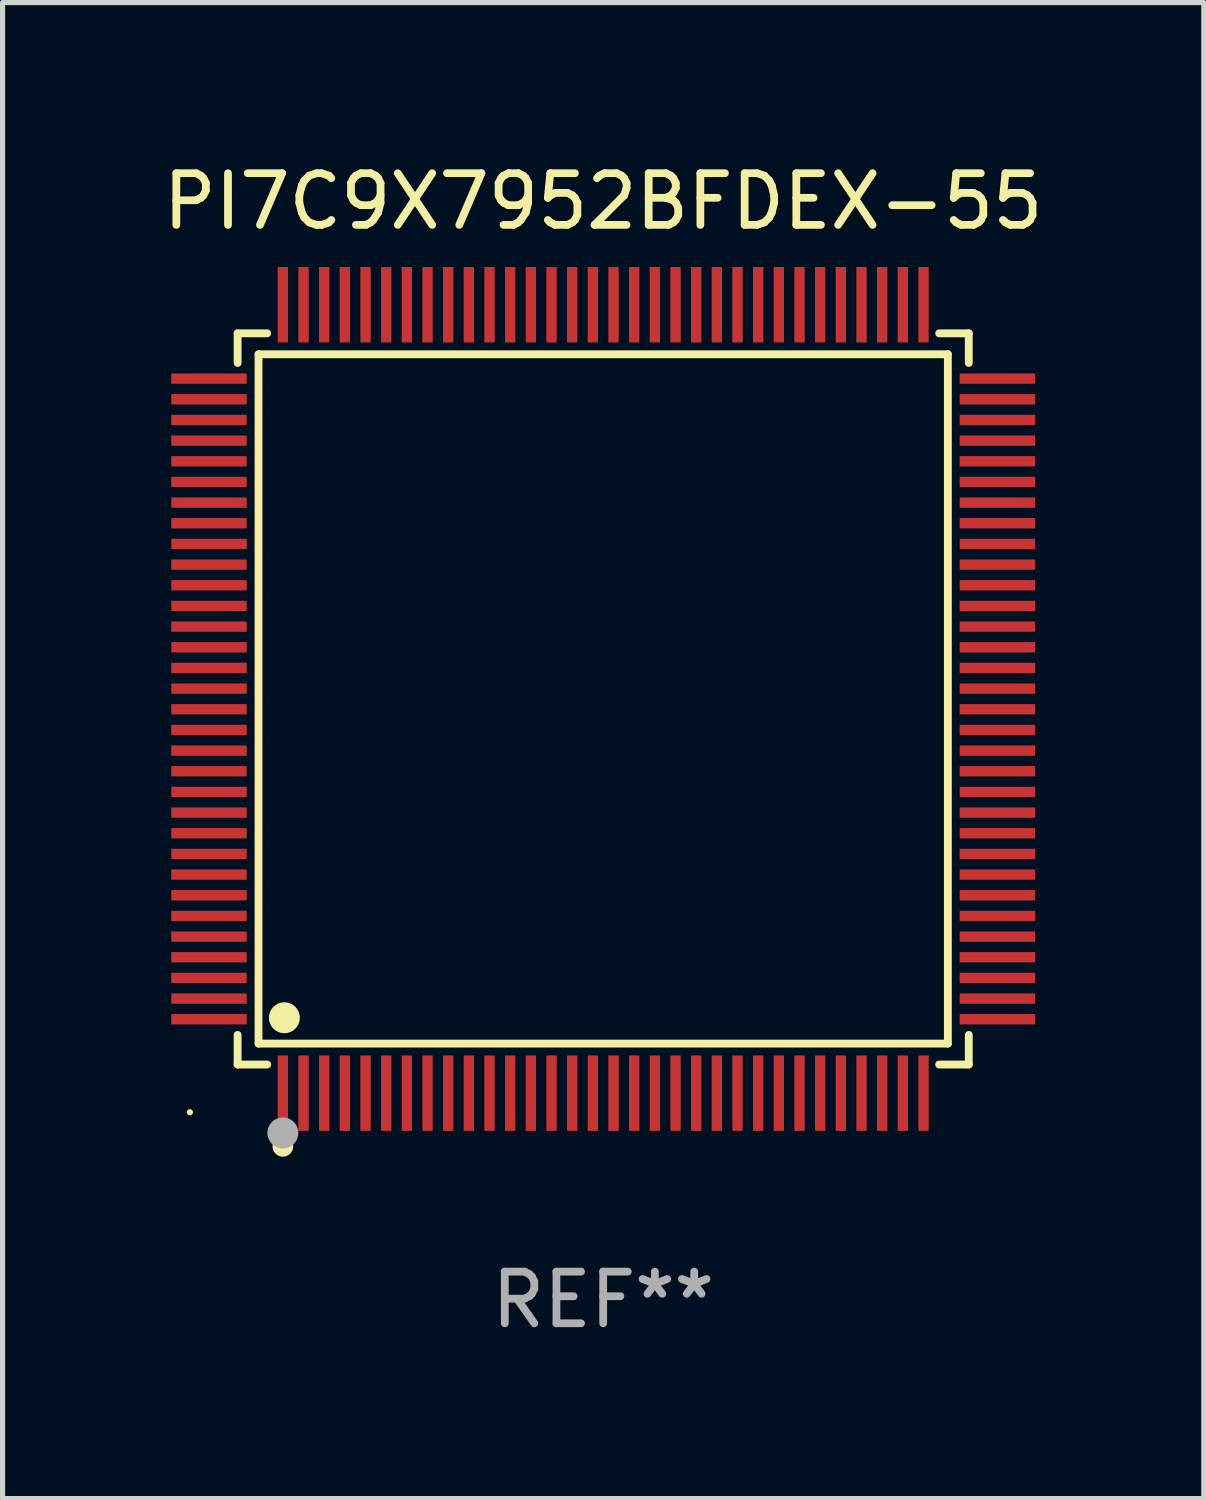
<source format=kicad_pcb>
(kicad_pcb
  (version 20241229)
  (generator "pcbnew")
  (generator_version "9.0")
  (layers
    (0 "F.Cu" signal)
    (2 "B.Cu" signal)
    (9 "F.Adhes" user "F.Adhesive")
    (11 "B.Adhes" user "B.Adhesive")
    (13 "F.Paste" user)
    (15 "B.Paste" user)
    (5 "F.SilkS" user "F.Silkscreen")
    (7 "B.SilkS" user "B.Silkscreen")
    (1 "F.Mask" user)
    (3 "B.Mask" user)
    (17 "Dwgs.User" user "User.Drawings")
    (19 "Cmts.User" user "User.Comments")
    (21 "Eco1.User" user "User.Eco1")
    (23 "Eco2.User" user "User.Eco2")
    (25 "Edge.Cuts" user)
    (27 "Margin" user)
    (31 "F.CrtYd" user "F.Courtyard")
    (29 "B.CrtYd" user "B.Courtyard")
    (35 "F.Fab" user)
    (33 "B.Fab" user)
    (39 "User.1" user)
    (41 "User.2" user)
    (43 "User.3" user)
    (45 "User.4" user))
  (footprint "PI7C9X7952BFDEX-55"
    (layer "F.Cu")
    (at 8.625 10.478)
    (property "Reference" "PI7C9X7952BFDEX-55" (at 0 -9.63 0) (layer "F.SilkS") (effects (font (size 1 1) (thickness 0.15))))
    (attr through_hole)
    (fp_line (start -7.076 -7.076) (end -6.503 -7.076) (stroke (width 0.152) (type solid)) (layer "F.SilkS"))
    (fp_line (start -7.076 -6.503) (end -7.076 -7.076) (stroke (width 0.152) (type solid)) (layer "F.SilkS"))
    (fp_line (start -7.076 6.503) (end -7.076 7.076) (stroke (width 0.152) (type solid)) (layer "F.SilkS"))
    (fp_line (start -7.076 7.076) (end -6.503 7.076) (stroke (width 0.152) (type solid)) (layer "F.SilkS"))
    (fp_line (start -6.671 -6.671) (end 6.671 -6.671) (stroke (width 0.152) (type solid)) (layer "F.SilkS"))
    (fp_line (start -6.671 6.671) (end -6.671 -6.671) (stroke (width 0.152) (type solid)) (layer "F.SilkS"))
    (fp_line (start 6.671 -6.671) (end 6.671 6.671) (stroke (width 0.152) (type solid)) (layer "F.SilkS"))
    (fp_line (start 6.671 6.671) (end -6.671 6.671) (stroke (width 0.152) (type solid)) (layer "F.SilkS"))
    (fp_line (start 7.076 -7.076) (end 6.503 -7.076) (stroke (width 0.152) (type solid)) (layer "F.SilkS"))
    (fp_line (start 7.076 -6.503) (end 7.076 -7.076) (stroke (width 0.152) (type solid)) (layer "F.SilkS"))
    (fp_line (start 7.076 6.503) (end 7.076 7.076) (stroke (width 0.152) (type solid)) (layer "F.SilkS"))
    (fp_line (start 7.076 7.076) (end 6.503 7.076) (stroke (width 0.152) (type solid)) (layer "F.SilkS"))
    (fp_circle (center -8 8) (end -7.97 8) (stroke (width 0.06) (type solid)) (fill no) (layer "F.SilkS"))
    (fp_circle (center -6.2 8.66) (end -6.1 8.66) (stroke (width 0.2) (type solid)) (fill no) (layer "F.SilkS"))
    (fp_circle (center -6.171 6.171) (end -6.021 6.171) (stroke (width 0.3) (type solid)) (fill no) (layer "F.SilkS"))
    (fp_circle (center -6.2 8.4) (end -6.05 8.4) (stroke (width 0.3) (type solid)) (fill no) (layer "F.Fab"))
    (fp_text user "REF**" (at 0 11.63 0) (layer "F.Fab") (effects (font (size 1 1) (thickness 0.15))))
    (pad "1" smd rect (at -6.2 7.63) (size 0.2 1.46) (layers "F.Cu" "F.Mask" "F.Paste"))
    (pad "2" smd rect (at -5.8 7.63) (size 0.2 1.46) (layers "F.Cu" "F.Mask" "F.Paste"))
    (pad "3" smd rect (at -5.4 7.63) (size 0.2 1.46) (layers "F.Cu" "F.Mask" "F.Paste"))
    (pad "4" smd rect (at -5 7.63) (size 0.2 1.46) (layers "F.Cu" "F.Mask" "F.Paste"))
    (pad "5" smd rect (at -4.6 7.63) (size 0.2 1.46) (layers "F.Cu" "F.Mask" "F.Paste"))
    (pad "6" smd rect (at -4.2 7.63) (size 0.2 1.46) (layers "F.Cu" "F.Mask" "F.Paste"))
    (pad "7" smd rect (at -3.8 7.63) (size 0.2 1.46) (layers "F.Cu" "F.Mask" "F.Paste"))
    (pad "8" smd rect (at -3.4 7.63) (size 0.2 1.46) (layers "F.Cu" "F.Mask" "F.Paste"))
    (pad "9" smd rect (at -3 7.63) (size 0.2 1.46) (layers "F.Cu" "F.Mask" "F.Paste"))
    (pad "10" smd rect (at -2.6 7.63) (size 0.2 1.46) (layers "F.Cu" "F.Mask" "F.Paste"))
    (pad "11" smd rect (at -2.2 7.63) (size 0.2 1.46) (layers "F.Cu" "F.Mask" "F.Paste"))
    (pad "12" smd rect (at -1.8 7.63) (size 0.2 1.46) (layers "F.Cu" "F.Mask" "F.Paste"))
    (pad "13" smd rect (at -1.4 7.63) (size 0.2 1.46) (layers "F.Cu" "F.Mask" "F.Paste"))
    (pad "14" smd rect (at -1 7.63) (size 0.2 1.46) (layers "F.Cu" "F.Mask" "F.Paste"))
    (pad "15" smd rect (at -0.6 7.63) (size 0.2 1.46) (layers "F.Cu" "F.Mask" "F.Paste"))
    (pad "16" smd rect (at -0.2 7.63) (size 0.2 1.46) (layers "F.Cu" "F.Mask" "F.Paste"))
    (pad "17" smd rect (at 0.2 7.63) (size 0.2 1.46) (layers "F.Cu" "F.Mask" "F.Paste"))
    (pad "18" smd rect (at 0.6 7.63) (size 0.2 1.46) (layers "F.Cu" "F.Mask" "F.Paste"))
    (pad "19" smd rect (at 1 7.63) (size 0.2 1.46) (layers "F.Cu" "F.Mask" "F.Paste"))
    (pad "20" smd rect (at 1.4 7.63) (size 0.2 1.46) (layers "F.Cu" "F.Mask" "F.Paste"))
    (pad "21" smd rect (at 1.8 7.63) (size 0.2 1.46) (layers "F.Cu" "F.Mask" "F.Paste"))
    (pad "22" smd rect (at 2.2 7.63) (size 0.2 1.46) (layers "F.Cu" "F.Mask" "F.Paste"))
    (pad "23" smd rect (at 2.6 7.63) (size 0.2 1.46) (layers "F.Cu" "F.Mask" "F.Paste"))
    (pad "24" smd rect (at 3 7.63) (size 0.2 1.46) (layers "F.Cu" "F.Mask" "F.Paste"))
    (pad "25" smd rect (at 3.4 7.63) (size 0.2 1.46) (layers "F.Cu" "F.Mask" "F.Paste"))
    (pad "26" smd rect (at 3.8 7.63) (size 0.2 1.46) (layers "F.Cu" "F.Mask" "F.Paste"))
    (pad "27" smd rect (at 4.2 7.63) (size 0.2 1.46) (layers "F.Cu" "F.Mask" "F.Paste"))
    (pad "28" smd rect (at 4.6 7.63) (size 0.2 1.46) (layers "F.Cu" "F.Mask" "F.Paste"))
    (pad "29" smd rect (at 5 7.63) (size 0.2 1.46) (layers "F.Cu" "F.Mask" "F.Paste"))
    (pad "30" smd rect (at 5.4 7.63) (size 0.2 1.46) (layers "F.Cu" "F.Mask" "F.Paste"))
    (pad "31" smd rect (at 5.8 7.63) (size 0.2 1.46) (layers "F.Cu" "F.Mask" "F.Paste"))
    (pad "32" smd rect (at 6.2 7.63) (size 0.2 1.46) (layers "F.Cu" "F.Mask" "F.Paste"))
    (pad "33" smd rect (at 7.63 6.2) (size 1.46 0.2) (layers "F.Cu" "F.Mask" "F.Paste"))
    (pad "34" smd rect (at 7.63 5.8) (size 1.46 0.2) (layers "F.Cu" "F.Mask" "F.Paste"))
    (pad "35" smd rect (at 7.63 5.4) (size 1.46 0.2) (layers "F.Cu" "F.Mask" "F.Paste"))
    (pad "36" smd rect (at 7.63 5) (size 1.46 0.2) (layers "F.Cu" "F.Mask" "F.Paste"))
    (pad "37" smd rect (at 7.63 4.6) (size 1.46 0.2) (layers "F.Cu" "F.Mask" "F.Paste"))
    (pad "38" smd rect (at 7.63 4.2) (size 1.46 0.2) (layers "F.Cu" "F.Mask" "F.Paste"))
    (pad "39" smd rect (at 7.63 3.8) (size 1.46 0.2) (layers "F.Cu" "F.Mask" "F.Paste"))
    (pad "40" smd rect (at 7.63 3.4) (size 1.46 0.2) (layers "F.Cu" "F.Mask" "F.Paste"))
    (pad "41" smd rect (at 7.63 3) (size 1.46 0.2) (layers "F.Cu" "F.Mask" "F.Paste"))
    (pad "42" smd rect (at 7.63 2.6) (size 1.46 0.2) (layers "F.Cu" "F.Mask" "F.Paste"))
    (pad "43" smd rect (at 7.63 2.2) (size 1.46 0.2) (layers "F.Cu" "F.Mask" "F.Paste"))
    (pad "44" smd rect (at 7.63 1.8) (size 1.46 0.2) (layers "F.Cu" "F.Mask" "F.Paste"))
    (pad "45" smd rect (at 7.63 1.4) (size 1.46 0.2) (layers "F.Cu" "F.Mask" "F.Paste"))
    (pad "46" smd rect (at 7.63 1) (size 1.46 0.2) (layers "F.Cu" "F.Mask" "F.Paste"))
    (pad "47" smd rect (at 7.63 0.6) (size 1.46 0.2) (layers "F.Cu" "F.Mask" "F.Paste"))
    (pad "48" smd rect (at 7.63 0.2) (size 1.46 0.2) (layers "F.Cu" "F.Mask" "F.Paste"))
    (pad "49" smd rect (at 7.63 -0.2) (size 1.46 0.2) (layers "F.Cu" "F.Mask" "F.Paste"))
    (pad "50" smd rect (at 7.63 -0.6) (size 1.46 0.2) (layers "F.Cu" "F.Mask" "F.Paste"))
    (pad "51" smd rect (at 7.63 -1) (size 1.46 0.2) (layers "F.Cu" "F.Mask" "F.Paste"))
    (pad "52" smd rect (at 7.63 -1.4) (size 1.46 0.2) (layers "F.Cu" "F.Mask" "F.Paste"))
    (pad "53" smd rect (at 7.63 -1.8) (size 1.46 0.2) (layers "F.Cu" "F.Mask" "F.Paste"))
    (pad "54" smd rect (at 7.63 -2.2) (size 1.46 0.2) (layers "F.Cu" "F.Mask" "F.Paste"))
    (pad "55" smd rect (at 7.63 -2.6) (size 1.46 0.2) (layers "F.Cu" "F.Mask" "F.Paste"))
    (pad "56" smd rect (at 7.63 -3) (size 1.46 0.2) (layers "F.Cu" "F.Mask" "F.Paste"))
    (pad "57" smd rect (at 7.63 -3.4) (size 1.46 0.2) (layers "F.Cu" "F.Mask" "F.Paste"))
    (pad "58" smd rect (at 7.63 -3.8) (size 1.46 0.2) (layers "F.Cu" "F.Mask" "F.Paste"))
    (pad "59" smd rect (at 7.63 -4.2) (size 1.46 0.2) (layers "F.Cu" "F.Mask" "F.Paste"))
    (pad "60" smd rect (at 7.63 -4.6) (size 1.46 0.2) (layers "F.Cu" "F.Mask" "F.Paste"))
    (pad "61" smd rect (at 7.63 -5) (size 1.46 0.2) (layers "F.Cu" "F.Mask" "F.Paste"))
    (pad "62" smd rect (at 7.63 -5.4) (size 1.46 0.2) (layers "F.Cu" "F.Mask" "F.Paste"))
    (pad "63" smd rect (at 7.63 -5.8) (size 1.46 0.2) (layers "F.Cu" "F.Mask" "F.Paste"))
    (pad "64" smd rect (at 7.63 -6.2) (size 1.46 0.2) (layers "F.Cu" "F.Mask" "F.Paste"))
    (pad "65" smd rect (at 6.2 -7.63) (size 0.2 1.46) (layers "F.Cu" "F.Mask" "F.Paste"))
    (pad "66" smd rect (at 5.8 -7.63) (size 0.2 1.46) (layers "F.Cu" "F.Mask" "F.Paste"))
    (pad "67" smd rect (at 5.4 -7.63) (size 0.2 1.46) (layers "F.Cu" "F.Mask" "F.Paste"))
    (pad "68" smd rect (at 5 -7.63) (size 0.2 1.46) (layers "F.Cu" "F.Mask" "F.Paste"))
    (pad "69" smd rect (at 4.6 -7.63) (size 0.2 1.46) (layers "F.Cu" "F.Mask" "F.Paste"))
    (pad "70" smd rect (at 4.2 -7.63) (size 0.2 1.46) (layers "F.Cu" "F.Mask" "F.Paste"))
    (pad "71" smd rect (at 3.8 -7.63) (size 0.2 1.46) (layers "F.Cu" "F.Mask" "F.Paste"))
    (pad "72" smd rect (at 3.4 -7.63) (size 0.2 1.46) (layers "F.Cu" "F.Mask" "F.Paste"))
    (pad "73" smd rect (at 3 -7.63) (size 0.2 1.46) (layers "F.Cu" "F.Mask" "F.Paste"))
    (pad "74" smd rect (at 2.6 -7.63) (size 0.2 1.46) (layers "F.Cu" "F.Mask" "F.Paste"))
    (pad "75" smd rect (at 2.2 -7.63) (size 0.2 1.46) (layers "F.Cu" "F.Mask" "F.Paste"))
    (pad "76" smd rect (at 1.8 -7.63) (size 0.2 1.46) (layers "F.Cu" "F.Mask" "F.Paste"))
    (pad "77" smd rect (at 1.4 -7.63) (size 0.2 1.46) (layers "F.Cu" "F.Mask" "F.Paste"))
    (pad "78" smd rect (at 1 -7.63) (size 0.2 1.46) (layers "F.Cu" "F.Mask" "F.Paste"))
    (pad "79" smd rect (at 0.6 -7.63) (size 0.2 1.46) (layers "F.Cu" "F.Mask" "F.Paste"))
    (pad "80" smd rect (at 0.2 -7.63) (size 0.2 1.46) (layers "F.Cu" "F.Mask" "F.Paste"))
    (pad "81" smd rect (at -0.2 -7.63) (size 0.2 1.46) (layers "F.Cu" "F.Mask" "F.Paste"))
    (pad "82" smd rect (at -0.6 -7.63) (size 0.2 1.46) (layers "F.Cu" "F.Mask" "F.Paste"))
    (pad "83" smd rect (at -1 -7.63) (size 0.2 1.46) (layers "F.Cu" "F.Mask" "F.Paste"))
    (pad "84" smd rect (at -1.4 -7.63) (size 0.2 1.46) (layers "F.Cu" "F.Mask" "F.Paste"))
    (pad "85" smd rect (at -1.8 -7.63) (size 0.2 1.46) (layers "F.Cu" "F.Mask" "F.Paste"))
    (pad "86" smd rect (at -2.2 -7.63) (size 0.2 1.46) (layers "F.Cu" "F.Mask" "F.Paste"))
    (pad "87" smd rect (at -2.6 -7.63) (size 0.2 1.46) (layers "F.Cu" "F.Mask" "F.Paste"))
    (pad "88" smd rect (at -3 -7.63) (size 0.2 1.46) (layers "F.Cu" "F.Mask" "F.Paste"))
    (pad "89" smd rect (at -3.4 -7.63) (size 0.2 1.46) (layers "F.Cu" "F.Mask" "F.Paste"))
    (pad "90" smd rect (at -3.8 -7.63) (size 0.2 1.46) (layers "F.Cu" "F.Mask" "F.Paste"))
    (pad "91" smd rect (at -4.2 -7.63) (size 0.2 1.46) (layers "F.Cu" "F.Mask" "F.Paste"))
    (pad "92" smd rect (at -4.6 -7.63) (size 0.2 1.46) (layers "F.Cu" "F.Mask" "F.Paste"))
    (pad "93" smd rect (at -5 -7.63) (size 0.2 1.46) (layers "F.Cu" "F.Mask" "F.Paste"))
    (pad "94" smd rect (at -5.4 -7.63) (size 0.2 1.46) (layers "F.Cu" "F.Mask" "F.Paste"))
    (pad "95" smd rect (at -5.8 -7.63) (size 0.2 1.46) (layers "F.Cu" "F.Mask" "F.Paste"))
    (pad "96" smd rect (at -6.2 -7.63) (size 0.2 1.46) (layers "F.Cu" "F.Mask" "F.Paste"))
    (pad "97" smd rect (at -7.63 -6.2) (size 1.46 0.2) (layers "F.Cu" "F.Mask" "F.Paste"))
    (pad "98" smd rect (at -7.63 -5.8) (size 1.46 0.2) (layers "F.Cu" "F.Mask" "F.Paste"))
    (pad "99" smd rect (at -7.63 -5.4) (size 1.46 0.2) (layers "F.Cu" "F.Mask" "F.Paste"))
    (pad "100" smd rect (at -7.63 -5) (size 1.46 0.2) (layers "F.Cu" "F.Mask" "F.Paste"))
    (pad "101" smd rect (at -7.63 -4.6) (size 1.46 0.2) (layers "F.Cu" "F.Mask" "F.Paste"))
    (pad "102" smd rect (at -7.63 -4.2) (size 1.46 0.2) (layers "F.Cu" "F.Mask" "F.Paste"))
    (pad "103" smd rect (at -7.63 -3.8) (size 1.46 0.2) (layers "F.Cu" "F.Mask" "F.Paste"))
    (pad "104" smd rect (at -7.63 -3.4) (size 1.46 0.2) (layers "F.Cu" "F.Mask" "F.Paste"))
    (pad "105" smd rect (at -7.63 -3) (size 1.46 0.2) (layers "F.Cu" "F.Mask" "F.Paste"))
    (pad "106" smd rect (at -7.63 -2.6) (size 1.46 0.2) (layers "F.Cu" "F.Mask" "F.Paste"))
    (pad "107" smd rect (at -7.63 -2.2) (size 1.46 0.2) (layers "F.Cu" "F.Mask" "F.Paste"))
    (pad "108" smd rect (at -7.63 -1.8) (size 1.46 0.2) (layers "F.Cu" "F.Mask" "F.Paste"))
    (pad "109" smd rect (at -7.63 -1.4) (size 1.46 0.2) (layers "F.Cu" "F.Mask" "F.Paste"))
    (pad "110" smd rect (at -7.63 -1) (size 1.46 0.2) (layers "F.Cu" "F.Mask" "F.Paste"))
    (pad "111" smd rect (at -7.63 -0.6) (size 1.46 0.2) (layers "F.Cu" "F.Mask" "F.Paste"))
    (pad "112" smd rect (at -7.63 -0.2) (size 1.46 0.2) (layers "F.Cu" "F.Mask" "F.Paste"))
    (pad "113" smd rect (at -7.63 0.2) (size 1.46 0.2) (layers "F.Cu" "F.Mask" "F.Paste"))
    (pad "114" smd rect (at -7.63 0.6) (size 1.46 0.2) (layers "F.Cu" "F.Mask" "F.Paste"))
    (pad "115" smd rect (at -7.63 1) (size 1.46 0.2) (layers "F.Cu" "F.Mask" "F.Paste"))
    (pad "116" smd rect (at -7.63 1.4) (size 1.46 0.2) (layers "F.Cu" "F.Mask" "F.Paste"))
    (pad "117" smd rect (at -7.63 1.8) (size 1.46 0.2) (layers "F.Cu" "F.Mask" "F.Paste"))
    (pad "118" smd rect (at -7.63 2.2) (size 1.46 0.2) (layers "F.Cu" "F.Mask" "F.Paste"))
    (pad "119" smd rect (at -7.63 2.6) (size 1.46 0.2) (layers "F.Cu" "F.Mask" "F.Paste"))
    (pad "120" smd rect (at -7.63 3) (size 1.46 0.2) (layers "F.Cu" "F.Mask" "F.Paste"))
    (pad "121" smd rect (at -7.63 3.4) (size 1.46 0.2) (layers "F.Cu" "F.Mask" "F.Paste"))
    (pad "122" smd rect (at -7.63 3.8) (size 1.46 0.2) (layers "F.Cu" "F.Mask" "F.Paste"))
    (pad "123" smd rect (at -7.63 4.2) (size 1.46 0.2) (layers "F.Cu" "F.Mask" "F.Paste"))
    (pad "124" smd rect (at -7.63 4.6) (size 1.46 0.2) (layers "F.Cu" "F.Mask" "F.Paste"))
    (pad "125" smd rect (at -7.63 5) (size 1.46 0.2) (layers "F.Cu" "F.Mask" "F.Paste"))
    (pad "126" smd rect (at -7.63 5.4) (size 1.46 0.2) (layers "F.Cu" "F.Mask" "F.Paste"))
    (pad "127" smd rect (at -7.63 5.8) (size 1.46 0.2) (layers "F.Cu" "F.Mask" "F.Paste"))
    (pad "128" smd rect (at -7.63 6.2) (size 1.46 0.2) (layers "F.Cu" "F.Mask" "F.Paste")))
  (gr_rect
    (start -3 -3)
    (end 20.25 25.956)
    (stroke (width 0.1) (type default))
    (fill no)
    (layer "Edge.Cuts")))
</source>
